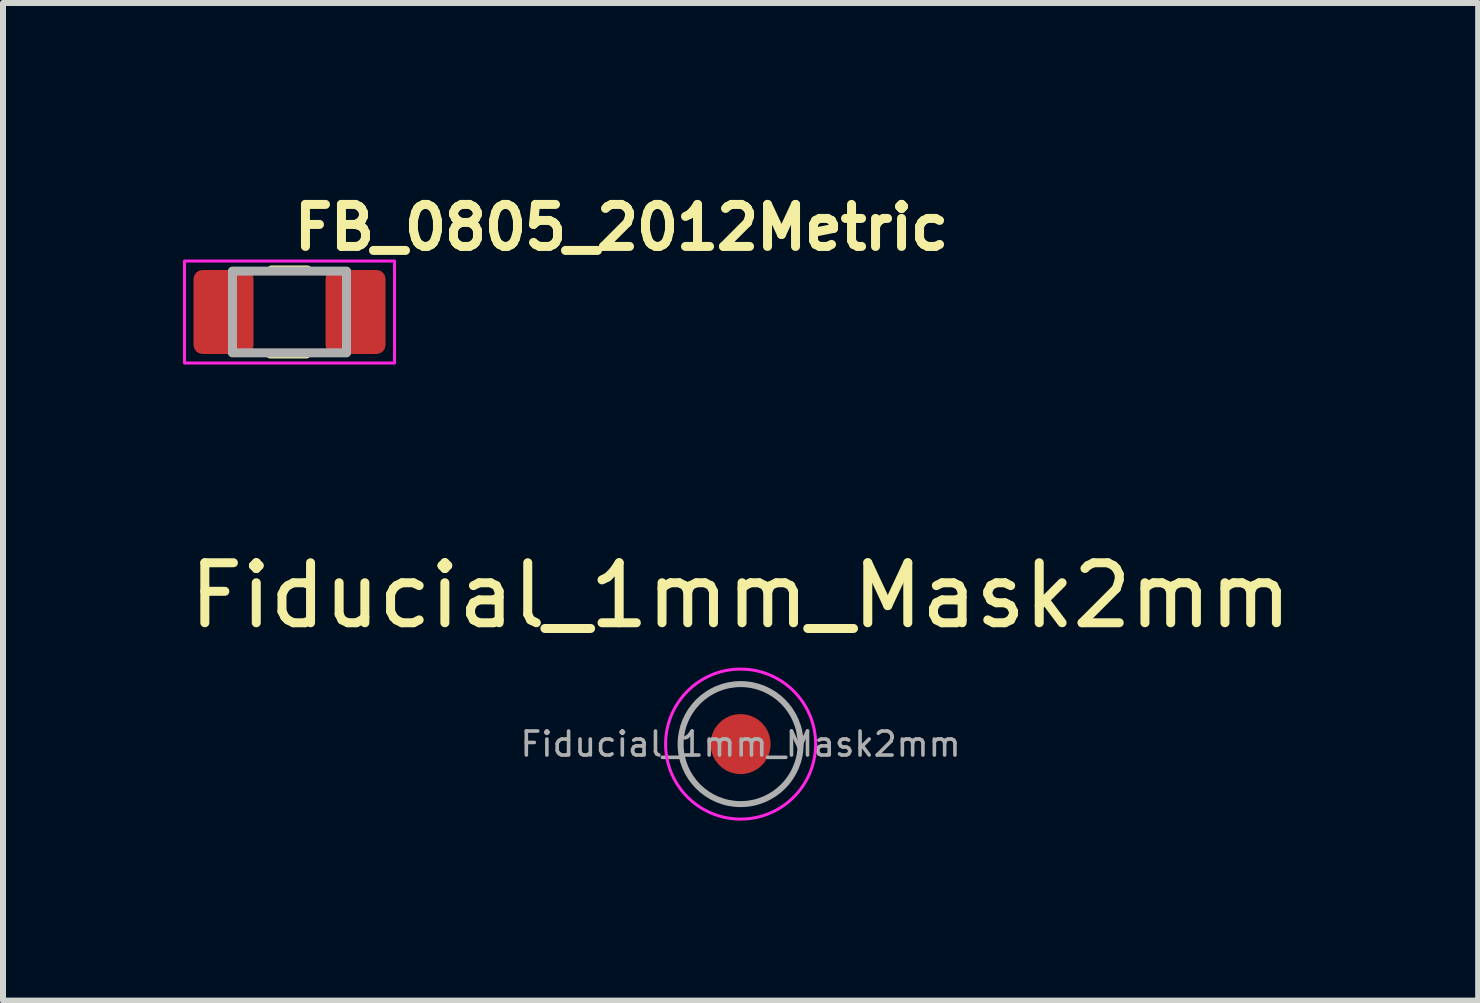
<source format=kicad_pcb>
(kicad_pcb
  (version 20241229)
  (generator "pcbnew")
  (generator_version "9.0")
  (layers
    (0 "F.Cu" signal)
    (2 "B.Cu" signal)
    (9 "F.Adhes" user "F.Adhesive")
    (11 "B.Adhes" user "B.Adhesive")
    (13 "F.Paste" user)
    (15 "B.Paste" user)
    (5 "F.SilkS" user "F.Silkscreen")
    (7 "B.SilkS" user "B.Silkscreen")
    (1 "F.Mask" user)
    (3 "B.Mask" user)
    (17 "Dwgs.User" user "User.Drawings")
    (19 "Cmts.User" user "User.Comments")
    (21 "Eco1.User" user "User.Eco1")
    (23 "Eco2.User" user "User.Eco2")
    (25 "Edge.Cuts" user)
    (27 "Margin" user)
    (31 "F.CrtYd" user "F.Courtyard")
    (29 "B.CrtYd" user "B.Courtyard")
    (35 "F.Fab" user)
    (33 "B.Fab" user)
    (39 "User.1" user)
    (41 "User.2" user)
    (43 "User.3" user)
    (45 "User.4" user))
  (footprint "Fiducial_1mm_Mask2mm"
    (layer "F.Cu")
    (at 9.292 9.35)
    (property "Reference" "Fiducial_1mm_Mask2mm" (at 0 -2.477 0) (layer "F.SilkS") (effects (font (size 1 1) (thickness 0.15))))
    (attr smd)
    (fp_circle (center 0 0) (end 1.25 0) (stroke (width 0.05) (type solid)) (fill no) (layer "F.CrtYd"))
    (fp_circle (center 0 0) (end 1 0) (stroke (width 0.1) (type solid)) (fill no) (layer "F.Fab"))
    (fp_text user "${REFERENCE}" (at 0 0 0) (layer "F.Fab") (effects (font (size 0.4 0.4) (thickness 0.06))))
    (pad "" smd circle (at 0 0) (size 1 1) (layers "F.Cu" "F.Mask")))
  (footprint "FB_0805_2012Metric"
    (layer "F.Cu")
    (at 1.775 2.15)
    (property "Reference" "FB_0805_2012Metric" (at 0 -1 0) (layer "F.SilkS") (effects (font (size 0.7 0.7) (thickness 0.15)) (justify left bottom)))
    (attr smd)
    (fp_line (start -0.32 0.699) (end 0.28 0.699) (stroke (width 0.15) (type solid)) (layer "F.SilkS"))
    (fp_line (start -0.3 -0.701) (end 0.298 -0.701) (stroke (width 0.15) (type solid)) (layer "F.SilkS"))
    (fp_rect (start -1.75 -0.85) (end 1.75 0.85) (stroke (width 0.05) (type solid)) (fill no) (layer "F.CrtYd"))
    (fp_line (start -0.951 -0.682) (end 0.949 -0.682) (stroke (width 0.15) (type solid)) (layer "F.Fab"))
    (fp_line (start -0.951 -0.677) (end -0.951 0.675) (stroke (width 0.15) (type solid)) (layer "F.Fab"))
    (fp_line (start -0.951 0.68) (end 0.949 0.68) (stroke (width 0.15) (type solid)) (layer "F.Fab"))
    (fp_line (start 0.949 -0.677) (end 0.949 0.675) (stroke (width 0.15) (type solid)) (layer "F.Fab"))
    (fp_rect (start -1 -0.657) (end 0.998 0.655) (stroke (width 0.1) (type solid)) (fill no) (layer "User.5"))
    (fp_line (start -1 -0.657) (end -1 0.655) (stroke (width 0.02) (type solid)) (layer "User.9"))
    (fp_line (start -0.5 -0.657) (end -1 -0.657) (stroke (width 0.02) (type solid)) (layer "User.9"))
    (fp_line (start -0.5 -0.657) (end -0.5 0.655) (stroke (width 0.02) (type solid)) (layer "User.9"))
    (fp_line (start -0.5 -0.625) (end 0.498 -0.625) (stroke (width 0.02) (type solid)) (layer "User.9"))
    (fp_line (start -0.5 0.655) (end -1 0.655) (stroke (width 0.02) (type solid)) (layer "User.9"))
    (fp_line (start 0.498 -0.657) (end 0.498 0.655) (stroke (width 0.02) (type solid)) (layer "User.9"))
    (fp_line (start 0.498 0.623) (end -0.5 0.623) (stroke (width 0.02) (type solid)) (layer "User.9"))
    (fp_line (start 0.998 -0.657) (end 0.498 -0.657) (stroke (width 0.02) (type solid)) (layer "User.9"))
    (fp_line (start 0.998 -0.657) (end 0.998 0.655) (stroke (width 0.02) (type solid)) (layer "User.9"))
    (fp_line (start 0.998 0.655) (end 0.498 0.655) (stroke (width 0.02) (type solid)) (layer "User.9"))
    (pad "1" smd roundrect (at -1.1 -0.001) (size 1 1.4) (layers "F.Cu" "F.Mask" "F.Paste") (roundrect_rratio 0.15))
    (pad "2" smd roundrect (at 1.1 -0.001) (size 1 1.4) (layers "F.Cu" "F.Mask" "F.Paste") (roundrect_rratio 0.15)))
  (gr_rect
    (start -3 -3)
    (end 21.583 13.625)
    (stroke (width 0.1) (type default))
    (fill no)
    (layer "Edge.Cuts")))
</source>
